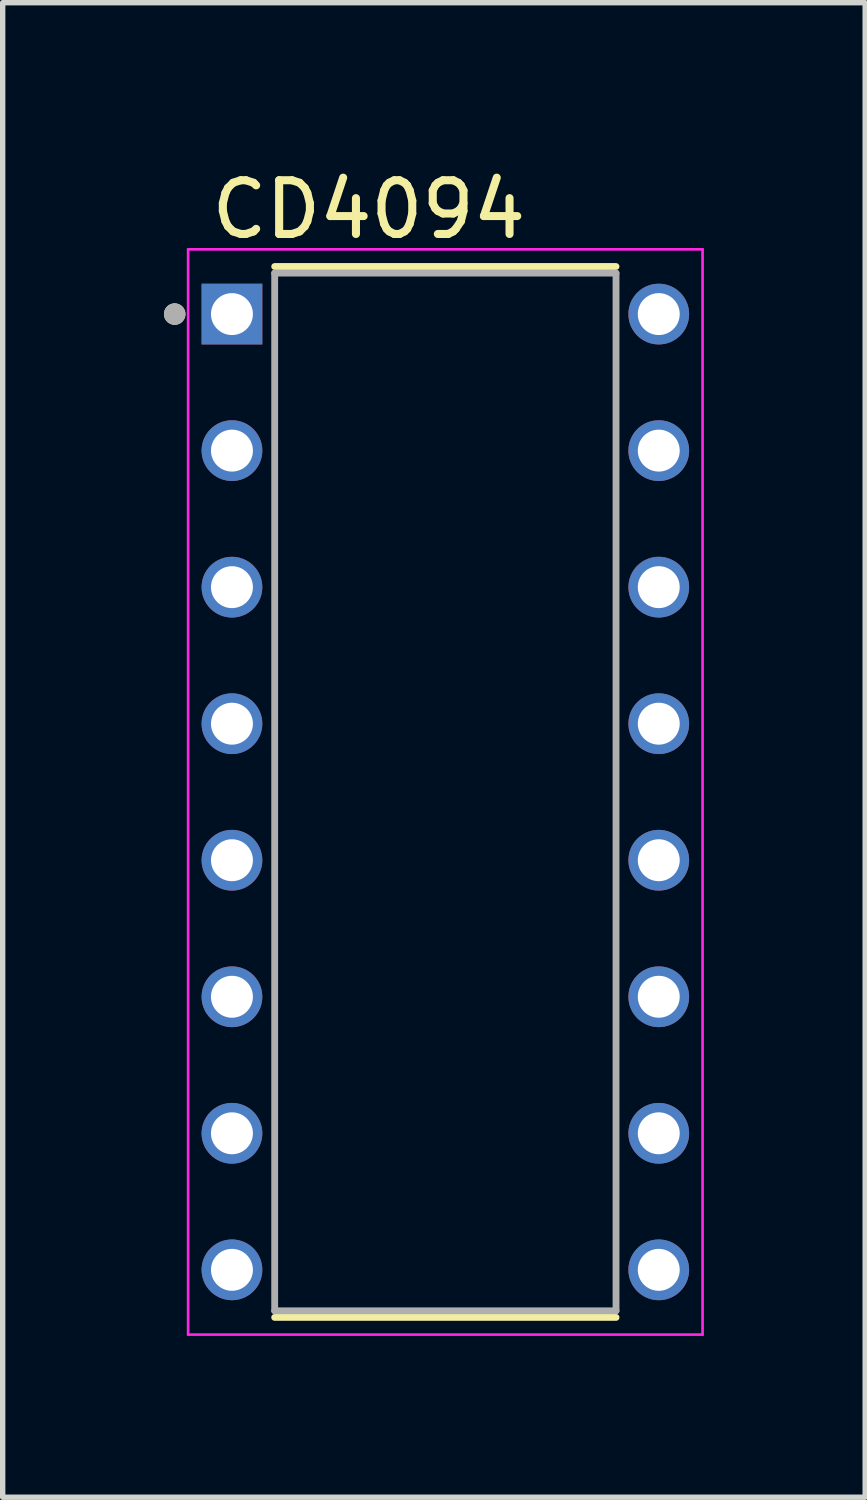
<source format=kicad_pcb>
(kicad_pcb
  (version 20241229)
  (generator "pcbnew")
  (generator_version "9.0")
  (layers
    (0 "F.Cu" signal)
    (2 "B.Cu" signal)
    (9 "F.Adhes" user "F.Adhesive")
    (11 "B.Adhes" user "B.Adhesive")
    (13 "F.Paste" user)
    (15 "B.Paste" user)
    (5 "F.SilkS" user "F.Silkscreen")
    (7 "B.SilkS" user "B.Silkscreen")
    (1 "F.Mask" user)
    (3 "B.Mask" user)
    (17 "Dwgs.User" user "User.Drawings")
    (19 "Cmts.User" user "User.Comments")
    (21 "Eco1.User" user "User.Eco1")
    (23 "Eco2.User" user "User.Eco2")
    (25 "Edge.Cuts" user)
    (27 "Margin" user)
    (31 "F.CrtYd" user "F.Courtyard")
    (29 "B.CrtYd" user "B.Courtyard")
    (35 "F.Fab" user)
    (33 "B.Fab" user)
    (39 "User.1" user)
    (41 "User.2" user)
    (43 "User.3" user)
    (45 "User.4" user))
  (footprint "CD4094"
    (layer "F.Cu")
    (at 5.235 11.683)
    (property "Reference" "CD4094" (at -1.425 -10.835 0) (layer "F.SilkS") (effects (font (size 1 1) (thickness 0.15))))
    (attr through_hole)
    (fp_line (start -3.175 -9.775) (end 3.175 -9.775) (stroke (width 0.127) (type solid)) (layer "F.SilkS"))
    (fp_line (start -3.175 9.775) (end 3.175 9.775) (stroke (width 0.127) (type solid)) (layer "F.SilkS"))
    (fp_circle (center -5.035 -8.89) (end -4.935 -8.89) (stroke (width 0.2) (type solid)) (fill no) (layer "F.SilkS"))
    (fp_line (start -4.785 -10.095) (end -4.785 10.095) (stroke (width 0.05) (type solid)) (layer "F.CrtYd"))
    (fp_line (start 4.785 -10.095) (end -4.785 -10.095) (stroke (width 0.05) (type solid)) (layer "F.CrtYd"))
    (fp_line (start 4.785 -10.095) (end 4.785 10.095) (stroke (width 0.05) (type solid)) (layer "F.CrtYd"))
    (fp_line (start 4.785 10.095) (end -4.785 10.095) (stroke (width 0.05) (type solid)) (layer "F.CrtYd"))
    (fp_line (start -3.175 -9.652) (end -3.175 9.652) (stroke (width 0.127) (type solid)) (layer "F.Fab"))
    (fp_line (start -3.175 -9.652) (end 3.175 -9.652) (stroke (width 0.127) (type solid)) (layer "F.Fab"))
    (fp_line (start -3.175 9.652) (end 3.175 9.652) (stroke (width 0.127) (type solid)) (layer "F.Fab"))
    (fp_line (start 3.175 -9.652) (end 3.175 9.652) (stroke (width 0.127) (type solid)) (layer "F.Fab"))
    (fp_circle (center -5.035 -8.89) (end -4.935 -8.89) (stroke (width 0.2) (type solid)) (fill no) (layer "F.Fab"))
    (pad "1" thru_hole rect (at -3.97 -8.89) (size 1.13 1.13) (drill 0.78) (layers "*.Cu" "*.Mask"))
    (pad "2" thru_hole circle (at -3.97 -6.35) (size 1.13 1.13) (drill 0.78) (layers "*.Cu" "*.Mask"))
    (pad "3" thru_hole circle (at -3.97 -3.81) (size 1.13 1.13) (drill 0.78) (layers "*.Cu" "*.Mask"))
    (pad "4" thru_hole circle (at -3.97 -1.27) (size 1.13 1.13) (drill 0.78) (layers "*.Cu" "*.Mask"))
    (pad "5" thru_hole circle (at -3.97 1.27) (size 1.13 1.13) (drill 0.78) (layers "*.Cu" "*.Mask"))
    (pad "6" thru_hole circle (at -3.97 3.81) (size 1.13 1.13) (drill 0.78) (layers "*.Cu" "*.Mask"))
    (pad "7" thru_hole circle (at -3.97 6.35) (size 1.13 1.13) (drill 0.78) (layers "*.Cu" "*.Mask"))
    (pad "8" thru_hole circle (at -3.97 8.89) (size 1.13 1.13) (drill 0.78) (layers "*.Cu" "*.Mask"))
    (pad "9" thru_hole circle (at 3.97 8.89) (size 1.13 1.13) (drill 0.78) (layers "*.Cu" "*.Mask"))
    (pad "10" thru_hole circle (at 3.97 6.35) (size 1.13 1.13) (drill 0.78) (layers "*.Cu" "*.Mask"))
    (pad "11" thru_hole circle (at 3.97 3.81) (size 1.13 1.13) (drill 0.78) (layers "*.Cu" "*.Mask"))
    (pad "12" thru_hole circle (at 3.97 1.27) (size 1.13 1.13) (drill 0.78) (layers "*.Cu" "*.Mask"))
    (pad "13" thru_hole circle (at 3.97 -1.27) (size 1.13 1.13) (drill 0.78) (layers "*.Cu" "*.Mask"))
    (pad "14" thru_hole circle (at 3.97 -3.81) (size 1.13 1.13) (drill 0.78) (layers "*.Cu" "*.Mask"))
    (pad "15" thru_hole circle (at 3.97 -6.35) (size 1.13 1.13) (drill 0.78) (layers "*.Cu" "*.Mask"))
    (pad "16" thru_hole circle (at 3.97 -8.89) (size 1.13 1.13) (drill 0.78) (layers "*.Cu" "*.Mask")))
  (gr_rect
    (start -3 -3)
    (end 13.045 24.803)
    (stroke (width 0.1) (type default))
    (fill no)
    (layer "Edge.Cuts")))
</source>
